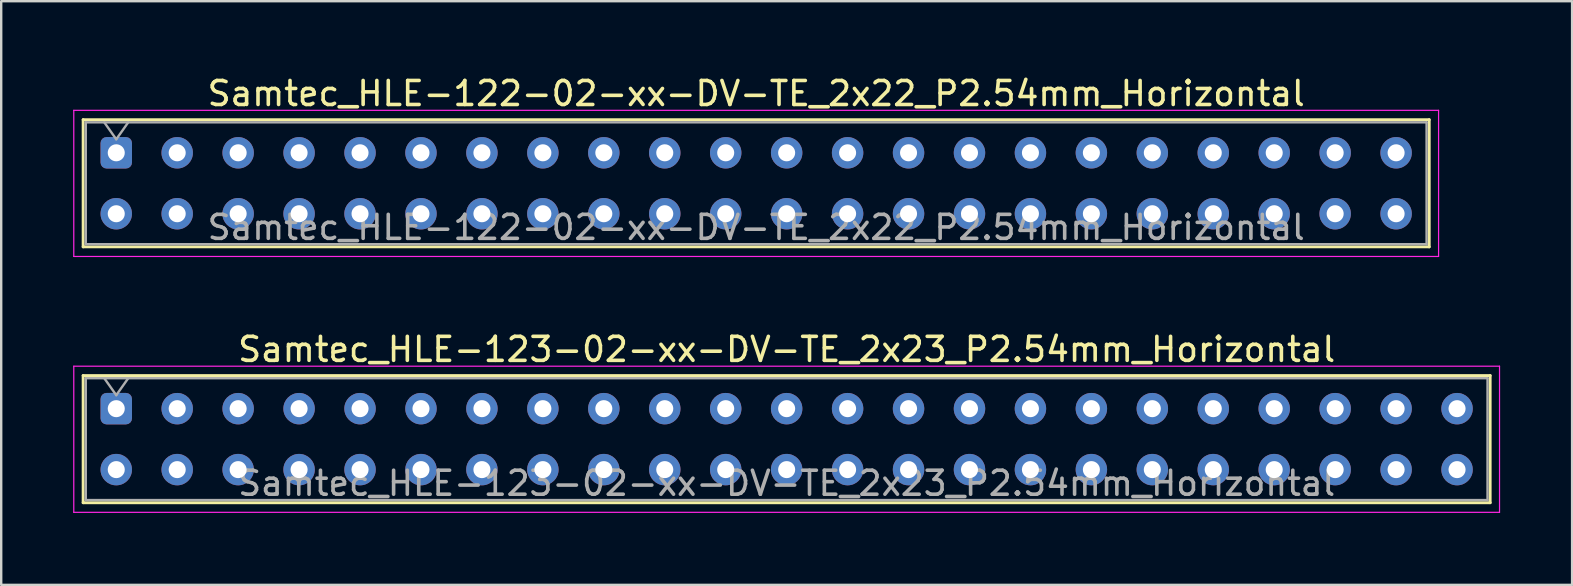
<source format=kicad_pcb>
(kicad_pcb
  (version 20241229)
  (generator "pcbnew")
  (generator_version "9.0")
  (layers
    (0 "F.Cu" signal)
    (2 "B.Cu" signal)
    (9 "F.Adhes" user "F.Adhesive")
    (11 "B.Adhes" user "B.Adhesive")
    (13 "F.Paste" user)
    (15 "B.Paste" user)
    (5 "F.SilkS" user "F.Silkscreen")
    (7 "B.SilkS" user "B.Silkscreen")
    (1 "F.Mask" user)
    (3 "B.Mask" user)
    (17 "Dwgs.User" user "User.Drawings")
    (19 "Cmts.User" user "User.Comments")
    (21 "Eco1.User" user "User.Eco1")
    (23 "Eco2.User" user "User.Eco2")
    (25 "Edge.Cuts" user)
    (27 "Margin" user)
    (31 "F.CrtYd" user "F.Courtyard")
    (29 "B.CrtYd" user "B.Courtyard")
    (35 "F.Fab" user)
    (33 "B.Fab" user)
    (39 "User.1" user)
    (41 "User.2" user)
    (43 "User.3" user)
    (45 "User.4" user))
  (footprint "Samtec_HLE-123-02-xx-DV-TE_2x23_P2.54mm_Horizontal"
    (layer "F.Cu")
    (at 1.795 13.982)
    (property "Reference" "Samtec_HLE-123-02-xx-DV-TE_2x23_P2.54mm_Horizontal" (at 27.94 -2.47 0) (layer "F.SilkS") (effects (font (size 1 1) (thickness 0.15))))
    (attr through_hole)
    (fp_line (start -1.38 -1.38) (end 57.26 -1.38) (stroke (width 0.12) (type solid)) (layer "F.SilkS"))
    (fp_line (start -1.38 3.92) (end -1.38 -1.38) (stroke (width 0.12) (type solid)) (layer "F.SilkS"))
    (fp_line (start 57.26 -1.38) (end 57.26 3.92) (stroke (width 0.12) (type solid)) (layer "F.SilkS"))
    (fp_line (start 57.26 3.92) (end -1.38 3.92) (stroke (width 0.12) (type solid)) (layer "F.SilkS"))
    (fp_line (start -1.77 -1.77) (end 57.65 -1.77) (stroke (width 0.05) (type solid)) (layer "F.CrtYd"))
    (fp_line (start -1.77 4.32) (end -1.77 -1.77) (stroke (width 0.05) (type solid)) (layer "F.CrtYd"))
    (fp_line (start 57.65 -1.77) (end 57.65 4.32) (stroke (width 0.05) (type solid)) (layer "F.CrtYd"))
    (fp_line (start 57.65 4.32) (end -1.77 4.32) (stroke (width 0.05) (type solid)) (layer "F.CrtYd"))
    (fp_line (start -1.27 -1.27) (end 57.15 -1.27) (stroke (width 0.1) (type solid)) (layer "F.Fab"))
    (fp_line (start -1.27 3.81) (end -1.27 -1.27) (stroke (width 0.1) (type solid)) (layer "F.Fab"))
    (fp_line (start -0.5 -1.27) (end 0 -0.563) (stroke (width 0.1) (type solid)) (layer "F.Fab"))
    (fp_line (start 0 -0.563) (end 0.5 -1.27) (stroke (width 0.1) (type solid)) (layer "F.Fab"))
    (fp_line (start 57.15 -1.27) (end 57.15 3.81) (stroke (width 0.1) (type solid)) (layer "F.Fab"))
    (fp_line (start 57.15 3.81) (end -1.27 3.81) (stroke (width 0.1) (type solid)) (layer "F.Fab"))
    (fp_text user "${REFERENCE}" (at 27.94 3.11 0) (layer "F.Fab") (effects (font (size 1 1) (thickness 0.15))))
    (pad "1" thru_hole roundrect (at 0 0) (size 1.31 1.31) (drill 0.71) (layers "*.Cu" "*.Mask") (roundrect_rratio 0.191))
    (pad "2" thru_hole circle (at 0 2.54) (size 1.31 1.31) (drill 0.71) (layers "*.Cu" "*.Mask"))
    (pad "3" thru_hole circle (at 2.54 0) (size 1.31 1.31) (drill 0.71) (layers "*.Cu" "*.Mask"))
    (pad "4" thru_hole circle (at 2.54 2.54) (size 1.31 1.31) (drill 0.71) (layers "*.Cu" "*.Mask"))
    (pad "5" thru_hole circle (at 5.08 0) (size 1.31 1.31) (drill 0.71) (layers "*.Cu" "*.Mask"))
    (pad "6" thru_hole circle (at 5.08 2.54) (size 1.31 1.31) (drill 0.71) (layers "*.Cu" "*.Mask"))
    (pad "7" thru_hole circle (at 7.62 0) (size 1.31 1.31) (drill 0.71) (layers "*.Cu" "*.Mask"))
    (pad "8" thru_hole circle (at 7.62 2.54) (size 1.31 1.31) (drill 0.71) (layers "*.Cu" "*.Mask"))
    (pad "9" thru_hole circle (at 10.16 0) (size 1.31 1.31) (drill 0.71) (layers "*.Cu" "*.Mask"))
    (pad "10" thru_hole circle (at 10.16 2.54) (size 1.31 1.31) (drill 0.71) (layers "*.Cu" "*.Mask"))
    (pad "11" thru_hole circle (at 12.7 0) (size 1.31 1.31) (drill 0.71) (layers "*.Cu" "*.Mask"))
    (pad "12" thru_hole circle (at 12.7 2.54) (size 1.31 1.31) (drill 0.71) (layers "*.Cu" "*.Mask"))
    (pad "13" thru_hole circle (at 15.24 0) (size 1.31 1.31) (drill 0.71) (layers "*.Cu" "*.Mask"))
    (pad "14" thru_hole circle (at 15.24 2.54) (size 1.31 1.31) (drill 0.71) (layers "*.Cu" "*.Mask"))
    (pad "15" thru_hole circle (at 17.78 0) (size 1.31 1.31) (drill 0.71) (layers "*.Cu" "*.Mask"))
    (pad "16" thru_hole circle (at 17.78 2.54) (size 1.31 1.31) (drill 0.71) (layers "*.Cu" "*.Mask"))
    (pad "17" thru_hole circle (at 20.32 0) (size 1.31 1.31) (drill 0.71) (layers "*.Cu" "*.Mask"))
    (pad "18" thru_hole circle (at 20.32 2.54) (size 1.31 1.31) (drill 0.71) (layers "*.Cu" "*.Mask"))
    (pad "19" thru_hole circle (at 22.86 0) (size 1.31 1.31) (drill 0.71) (layers "*.Cu" "*.Mask"))
    (pad "20" thru_hole circle (at 22.86 2.54) (size 1.31 1.31) (drill 0.71) (layers "*.Cu" "*.Mask"))
    (pad "21" thru_hole circle (at 25.4 0) (size 1.31 1.31) (drill 0.71) (layers "*.Cu" "*.Mask"))
    (pad "22" thru_hole circle (at 25.4 2.54) (size 1.31 1.31) (drill 0.71) (layers "*.Cu" "*.Mask"))
    (pad "23" thru_hole circle (at 27.94 0) (size 1.31 1.31) (drill 0.71) (layers "*.Cu" "*.Mask"))
    (pad "24" thru_hole circle (at 27.94 2.54) (size 1.31 1.31) (drill 0.71) (layers "*.Cu" "*.Mask"))
    (pad "25" thru_hole circle (at 30.48 0) (size 1.31 1.31) (drill 0.71) (layers "*.Cu" "*.Mask"))
    (pad "26" thru_hole circle (at 30.48 2.54) (size 1.31 1.31) (drill 0.71) (layers "*.Cu" "*.Mask"))
    (pad "27" thru_hole circle (at 33.02 0) (size 1.31 1.31) (drill 0.71) (layers "*.Cu" "*.Mask"))
    (pad "28" thru_hole circle (at 33.02 2.54) (size 1.31 1.31) (drill 0.71) (layers "*.Cu" "*.Mask"))
    (pad "29" thru_hole circle (at 35.56 0) (size 1.31 1.31) (drill 0.71) (layers "*.Cu" "*.Mask"))
    (pad "30" thru_hole circle (at 35.56 2.54) (size 1.31 1.31) (drill 0.71) (layers "*.Cu" "*.Mask"))
    (pad "31" thru_hole circle (at 38.1 0) (size 1.31 1.31) (drill 0.71) (layers "*.Cu" "*.Mask"))
    (pad "32" thru_hole circle (at 38.1 2.54) (size 1.31 1.31) (drill 0.71) (layers "*.Cu" "*.Mask"))
    (pad "33" thru_hole circle (at 40.64 0) (size 1.31 1.31) (drill 0.71) (layers "*.Cu" "*.Mask"))
    (pad "34" thru_hole circle (at 40.64 2.54) (size 1.31 1.31) (drill 0.71) (layers "*.Cu" "*.Mask"))
    (pad "35" thru_hole circle (at 43.18 0) (size 1.31 1.31) (drill 0.71) (layers "*.Cu" "*.Mask"))
    (pad "36" thru_hole circle (at 43.18 2.54) (size 1.31 1.31) (drill 0.71) (layers "*.Cu" "*.Mask"))
    (pad "37" thru_hole circle (at 45.72 0) (size 1.31 1.31) (drill 0.71) (layers "*.Cu" "*.Mask"))
    (pad "38" thru_hole circle (at 45.72 2.54) (size 1.31 1.31) (drill 0.71) (layers "*.Cu" "*.Mask"))
    (pad "39" thru_hole circle (at 48.26 0) (size 1.31 1.31) (drill 0.71) (layers "*.Cu" "*.Mask"))
    (pad "40" thru_hole circle (at 48.26 2.54) (size 1.31 1.31) (drill 0.71) (layers "*.Cu" "*.Mask"))
    (pad "41" thru_hole circle (at 50.8 0) (size 1.31 1.31) (drill 0.71) (layers "*.Cu" "*.Mask"))
    (pad "42" thru_hole circle (at 50.8 2.54) (size 1.31 1.31) (drill 0.71) (layers "*.Cu" "*.Mask"))
    (pad "43" thru_hole circle (at 53.34 0) (size 1.31 1.31) (drill 0.71) (layers "*.Cu" "*.Mask"))
    (pad "44" thru_hole circle (at 53.34 2.54) (size 1.31 1.31) (drill 0.71) (layers "*.Cu" "*.Mask"))
    (pad "45" thru_hole circle (at 55.88 0) (size 1.31 1.31) (drill 0.71) (layers "*.Cu" "*.Mask"))
    (pad "46" thru_hole circle (at 55.88 2.54) (size 1.31 1.31) (drill 0.71) (layers "*.Cu" "*.Mask")))
  (footprint "Samtec_HLE-122-02-xx-DV-TE_2x22_P2.54mm_Horizontal"
    (layer "F.Cu")
    (at 1.795 3.318)
    (property "Reference" "Samtec_HLE-122-02-xx-DV-TE_2x22_P2.54mm_Horizontal" (at 26.67 -2.47 0) (layer "F.SilkS") (effects (font (size 1 1) (thickness 0.15))))
    (attr through_hole)
    (fp_line (start -1.38 -1.38) (end 54.72 -1.38) (stroke (width 0.12) (type solid)) (layer "F.SilkS"))
    (fp_line (start -1.38 3.92) (end -1.38 -1.38) (stroke (width 0.12) (type solid)) (layer "F.SilkS"))
    (fp_line (start 54.72 -1.38) (end 54.72 3.92) (stroke (width 0.12) (type solid)) (layer "F.SilkS"))
    (fp_line (start 54.72 3.92) (end -1.38 3.92) (stroke (width 0.12) (type solid)) (layer "F.SilkS"))
    (fp_line (start -1.77 -1.77) (end 55.11 -1.77) (stroke (width 0.05) (type solid)) (layer "F.CrtYd"))
    (fp_line (start -1.77 4.32) (end -1.77 -1.77) (stroke (width 0.05) (type solid)) (layer "F.CrtYd"))
    (fp_line (start 55.11 -1.77) (end 55.11 4.32) (stroke (width 0.05) (type solid)) (layer "F.CrtYd"))
    (fp_line (start 55.11 4.32) (end -1.77 4.32) (stroke (width 0.05) (type solid)) (layer "F.CrtYd"))
    (fp_line (start -1.27 -1.27) (end 54.61 -1.27) (stroke (width 0.1) (type solid)) (layer "F.Fab"))
    (fp_line (start -1.27 3.81) (end -1.27 -1.27) (stroke (width 0.1) (type solid)) (layer "F.Fab"))
    (fp_line (start -0.5 -1.27) (end 0 -0.563) (stroke (width 0.1) (type solid)) (layer "F.Fab"))
    (fp_line (start 0 -0.563) (end 0.5 -1.27) (stroke (width 0.1) (type solid)) (layer "F.Fab"))
    (fp_line (start 54.61 -1.27) (end 54.61 3.81) (stroke (width 0.1) (type solid)) (layer "F.Fab"))
    (fp_line (start 54.61 3.81) (end -1.27 3.81) (stroke (width 0.1) (type solid)) (layer "F.Fab"))
    (fp_text user "${REFERENCE}" (at 26.67 3.11 0) (layer "F.Fab") (effects (font (size 1 1) (thickness 0.15))))
    (pad "1" thru_hole roundrect (at 0 0) (size 1.31 1.31) (drill 0.71) (layers "*.Cu" "*.Mask") (roundrect_rratio 0.191))
    (pad "2" thru_hole circle (at 0 2.54) (size 1.31 1.31) (drill 0.71) (layers "*.Cu" "*.Mask"))
    (pad "3" thru_hole circle (at 2.54 0) (size 1.31 1.31) (drill 0.71) (layers "*.Cu" "*.Mask"))
    (pad "4" thru_hole circle (at 2.54 2.54) (size 1.31 1.31) (drill 0.71) (layers "*.Cu" "*.Mask"))
    (pad "5" thru_hole circle (at 5.08 0) (size 1.31 1.31) (drill 0.71) (layers "*.Cu" "*.Mask"))
    (pad "6" thru_hole circle (at 5.08 2.54) (size 1.31 1.31) (drill 0.71) (layers "*.Cu" "*.Mask"))
    (pad "7" thru_hole circle (at 7.62 0) (size 1.31 1.31) (drill 0.71) (layers "*.Cu" "*.Mask"))
    (pad "8" thru_hole circle (at 7.62 2.54) (size 1.31 1.31) (drill 0.71) (layers "*.Cu" "*.Mask"))
    (pad "9" thru_hole circle (at 10.16 0) (size 1.31 1.31) (drill 0.71) (layers "*.Cu" "*.Mask"))
    (pad "10" thru_hole circle (at 10.16 2.54) (size 1.31 1.31) (drill 0.71) (layers "*.Cu" "*.Mask"))
    (pad "11" thru_hole circle (at 12.7 0) (size 1.31 1.31) (drill 0.71) (layers "*.Cu" "*.Mask"))
    (pad "12" thru_hole circle (at 12.7 2.54) (size 1.31 1.31) (drill 0.71) (layers "*.Cu" "*.Mask"))
    (pad "13" thru_hole circle (at 15.24 0) (size 1.31 1.31) (drill 0.71) (layers "*.Cu" "*.Mask"))
    (pad "14" thru_hole circle (at 15.24 2.54) (size 1.31 1.31) (drill 0.71) (layers "*.Cu" "*.Mask"))
    (pad "15" thru_hole circle (at 17.78 0) (size 1.31 1.31) (drill 0.71) (layers "*.Cu" "*.Mask"))
    (pad "16" thru_hole circle (at 17.78 2.54) (size 1.31 1.31) (drill 0.71) (layers "*.Cu" "*.Mask"))
    (pad "17" thru_hole circle (at 20.32 0) (size 1.31 1.31) (drill 0.71) (layers "*.Cu" "*.Mask"))
    (pad "18" thru_hole circle (at 20.32 2.54) (size 1.31 1.31) (drill 0.71) (layers "*.Cu" "*.Mask"))
    (pad "19" thru_hole circle (at 22.86 0) (size 1.31 1.31) (drill 0.71) (layers "*.Cu" "*.Mask"))
    (pad "20" thru_hole circle (at 22.86 2.54) (size 1.31 1.31) (drill 0.71) (layers "*.Cu" "*.Mask"))
    (pad "21" thru_hole circle (at 25.4 0) (size 1.31 1.31) (drill 0.71) (layers "*.Cu" "*.Mask"))
    (pad "22" thru_hole circle (at 25.4 2.54) (size 1.31 1.31) (drill 0.71) (layers "*.Cu" "*.Mask"))
    (pad "23" thru_hole circle (at 27.94 0) (size 1.31 1.31) (drill 0.71) (layers "*.Cu" "*.Mask"))
    (pad "24" thru_hole circle (at 27.94 2.54) (size 1.31 1.31) (drill 0.71) (layers "*.Cu" "*.Mask"))
    (pad "25" thru_hole circle (at 30.48 0) (size 1.31 1.31) (drill 0.71) (layers "*.Cu" "*.Mask"))
    (pad "26" thru_hole circle (at 30.48 2.54) (size 1.31 1.31) (drill 0.71) (layers "*.Cu" "*.Mask"))
    (pad "27" thru_hole circle (at 33.02 0) (size 1.31 1.31) (drill 0.71) (layers "*.Cu" "*.Mask"))
    (pad "28" thru_hole circle (at 33.02 2.54) (size 1.31 1.31) (drill 0.71) (layers "*.Cu" "*.Mask"))
    (pad "29" thru_hole circle (at 35.56 0) (size 1.31 1.31) (drill 0.71) (layers "*.Cu" "*.Mask"))
    (pad "30" thru_hole circle (at 35.56 2.54) (size 1.31 1.31) (drill 0.71) (layers "*.Cu" "*.Mask"))
    (pad "31" thru_hole circle (at 38.1 0) (size 1.31 1.31) (drill 0.71) (layers "*.Cu" "*.Mask"))
    (pad "32" thru_hole circle (at 38.1 2.54) (size 1.31 1.31) (drill 0.71) (layers "*.Cu" "*.Mask"))
    (pad "33" thru_hole circle (at 40.64 0) (size 1.31 1.31) (drill 0.71) (layers "*.Cu" "*.Mask"))
    (pad "34" thru_hole circle (at 40.64 2.54) (size 1.31 1.31) (drill 0.71) (layers "*.Cu" "*.Mask"))
    (pad "35" thru_hole circle (at 43.18 0) (size 1.31 1.31) (drill 0.71) (layers "*.Cu" "*.Mask"))
    (pad "36" thru_hole circle (at 43.18 2.54) (size 1.31 1.31) (drill 0.71) (layers "*.Cu" "*.Mask"))
    (pad "37" thru_hole circle (at 45.72 0) (size 1.31 1.31) (drill 0.71) (layers "*.Cu" "*.Mask"))
    (pad "38" thru_hole circle (at 45.72 2.54) (size 1.31 1.31) (drill 0.71) (layers "*.Cu" "*.Mask"))
    (pad "39" thru_hole circle (at 48.26 0) (size 1.31 1.31) (drill 0.71) (layers "*.Cu" "*.Mask"))
    (pad "40" thru_hole circle (at 48.26 2.54) (size 1.31 1.31) (drill 0.71) (layers "*.Cu" "*.Mask"))
    (pad "41" thru_hole circle (at 50.8 0) (size 1.31 1.31) (drill 0.71) (layers "*.Cu" "*.Mask"))
    (pad "42" thru_hole circle (at 50.8 2.54) (size 1.31 1.31) (drill 0.71) (layers "*.Cu" "*.Mask"))
    (pad "43" thru_hole circle (at 53.34 0) (size 1.31 1.31) (drill 0.71) (layers "*.Cu" "*.Mask"))
    (pad "44" thru_hole circle (at 53.34 2.54) (size 1.31 1.31) (drill 0.71) (layers "*.Cu" "*.Mask")))
  (gr_rect
    (start -3 -3)
    (end 62.47 21.326)
    (stroke (width 0.1) (type default))
    (fill no)
    (layer "Edge.Cuts")))
</source>
